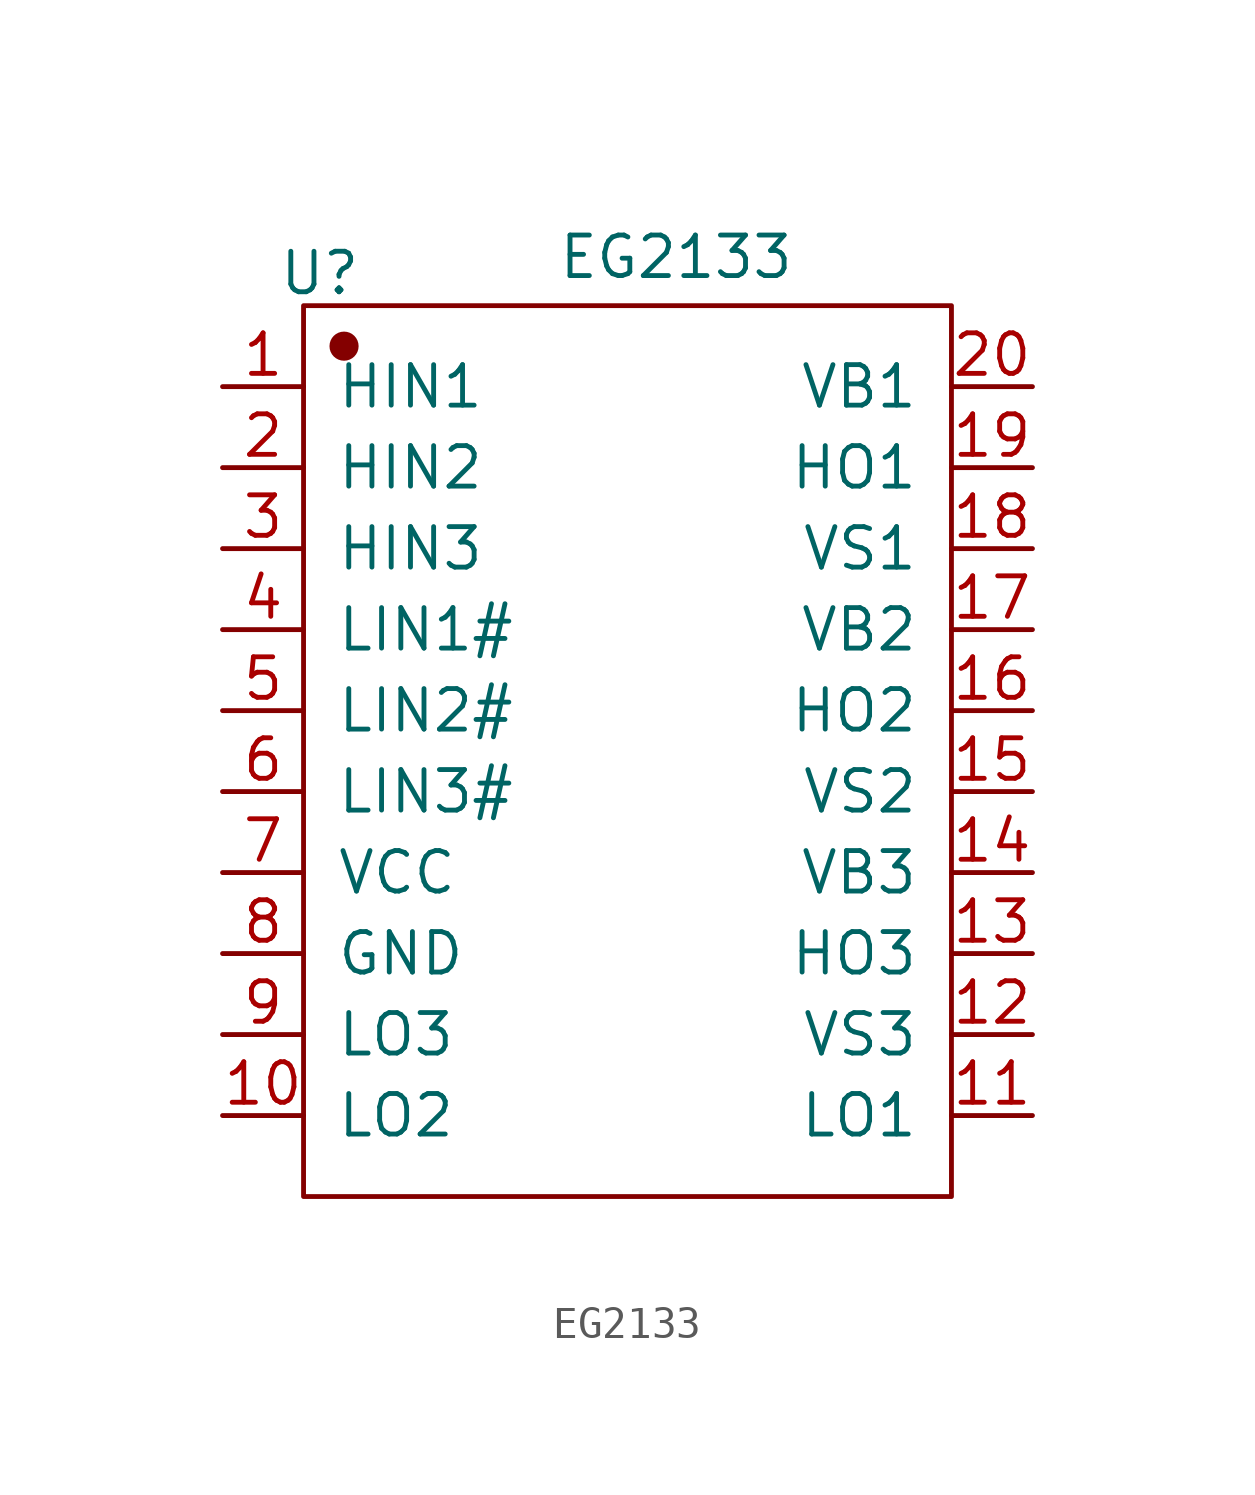
<source format=kicad_sym>
(kicad_symbol_lib
  (version 20231120)
  (generator "kicad_symbol_editor")
  (generator_version "8.0")
  (symbol "EG2133"
    (pin_names
      (offset 1.016))
    (property "Reference" "U"
      (at -9.652 14.986 0)
      (effects (font (size 1.27 1.27))))
    (property "Value" "EG2133"
      (at 1.524 15.494 0)
      (effects (font (size 1.27 1.27))))
    (symbol "EG2133_1_1"
      (rectangle (start -10.16 13.97) (end 10.16 -13.97) (stroke (width 0.152) (type solid)) (fill (type none)))
      (circle (center -8.89 12.7) (radius 0.381) (stroke (width 0.152) (type solid)) (fill (type outline)))
      (pin input line (at -12.7 11.43 0) (length 2.54) (name "HIN1" (effects (font (size 1.27 1.27)))) (number "1" (effects (font (size 1.27 1.27)))))
      (pin input line (at -12.7 -11.43 0) (length 2.54) (name "LO2" (effects (font (size 1.27 1.27)))) (number "10" (effects (font (size 1.27 1.27)))))
      (pin input line (at 12.7 -11.43 180) (length 2.54) (name "LO1" (effects (font (size 1.27 1.27)))) (number "11" (effects (font (size 1.27 1.27)))))
      (pin input line (at 12.7 -8.89 180) (length 2.54) (name "VS3" (effects (font (size 1.27 1.27)))) (number "12" (effects (font (size 1.27 1.27)))))
      (pin input line (at 12.7 -6.35 180) (length 2.54) (name "HO3" (effects (font (size 1.27 1.27)))) (number "13" (effects (font (size 1.27 1.27)))))
      (pin input line (at 12.7 -3.81 180) (length 2.54) (name "VB3" (effects (font (size 1.27 1.27)))) (number "14" (effects (font (size 1.27 1.27)))))
      (pin input line (at 12.7 -1.27 180) (length 2.54) (name "VS2" (effects (font (size 1.27 1.27)))) (number "15" (effects (font (size 1.27 1.27)))))
      (pin input line (at 12.7 1.27 180) (length 2.54) (name "HO2" (effects (font (size 1.27 1.27)))) (number "16" (effects (font (size 1.27 1.27)))))
      (pin input line (at 12.7 3.81 180) (length 2.54) (name "VB2" (effects (font (size 1.27 1.27)))) (number "17" (effects (font (size 1.27 1.27)))))
      (pin input line (at 12.7 6.35 180) (length 2.54) (name "VS1" (effects (font (size 1.27 1.27)))) (number "18" (effects (font (size 1.27 1.27)))))
      (pin input line (at 12.7 8.89 180) (length 2.54) (name "HO1" (effects (font (size 1.27 1.27)))) (number "19" (effects (font (size 1.27 1.27)))))
      (pin input line (at -12.7 8.89 0) (length 2.54) (name "HIN2" (effects (font (size 1.27 1.27)))) (number "2" (effects (font (size 1.27 1.27)))))
      (pin input line (at 12.7 11.43 180) (length 2.54) (name "VB1" (effects (font (size 1.27 1.27)))) (number "20" (effects (font (size 1.27 1.27)))))
      (pin input line (at -12.7 6.35 0) (length 2.54) (name "HIN3" (effects (font (size 1.27 1.27)))) (number "3" (effects (font (size 1.27 1.27)))))
      (pin input line (at -12.7 3.81 0) (length 2.54) (name "LIN1#" (effects (font (size 1.27 1.27)))) (number "4" (effects (font (size 1.27 1.27)))))
      (pin input line (at -12.7 1.27 0) (length 2.54) (name "LIN2#" (effects (font (size 1.27 1.27)))) (number "5" (effects (font (size 1.27 1.27)))))
      (pin input line (at -12.7 -1.27 0) (length 2.54) (name "LIN3#" (effects (font (size 1.27 1.27)))) (number "6" (effects (font (size 1.27 1.27)))))
      (pin input line (at -12.7 -3.81 0) (length 2.54) (name "VCC" (effects (font (size 1.27 1.27)))) (number "7" (effects (font (size 1.27 1.27)))))
      (pin input line (at -12.7 -6.35 0) (length 2.54) (name "GND" (effects (font (size 1.27 1.27)))) (number "8" (effects (font (size 1.27 1.27)))))
      (pin input line (at -12.7 -8.89 0) (length 2.54) (name "LO3" (effects (font (size 1.27 1.27)))) (number "9" (effects (font (size 1.27 1.27))))))))
</source>
